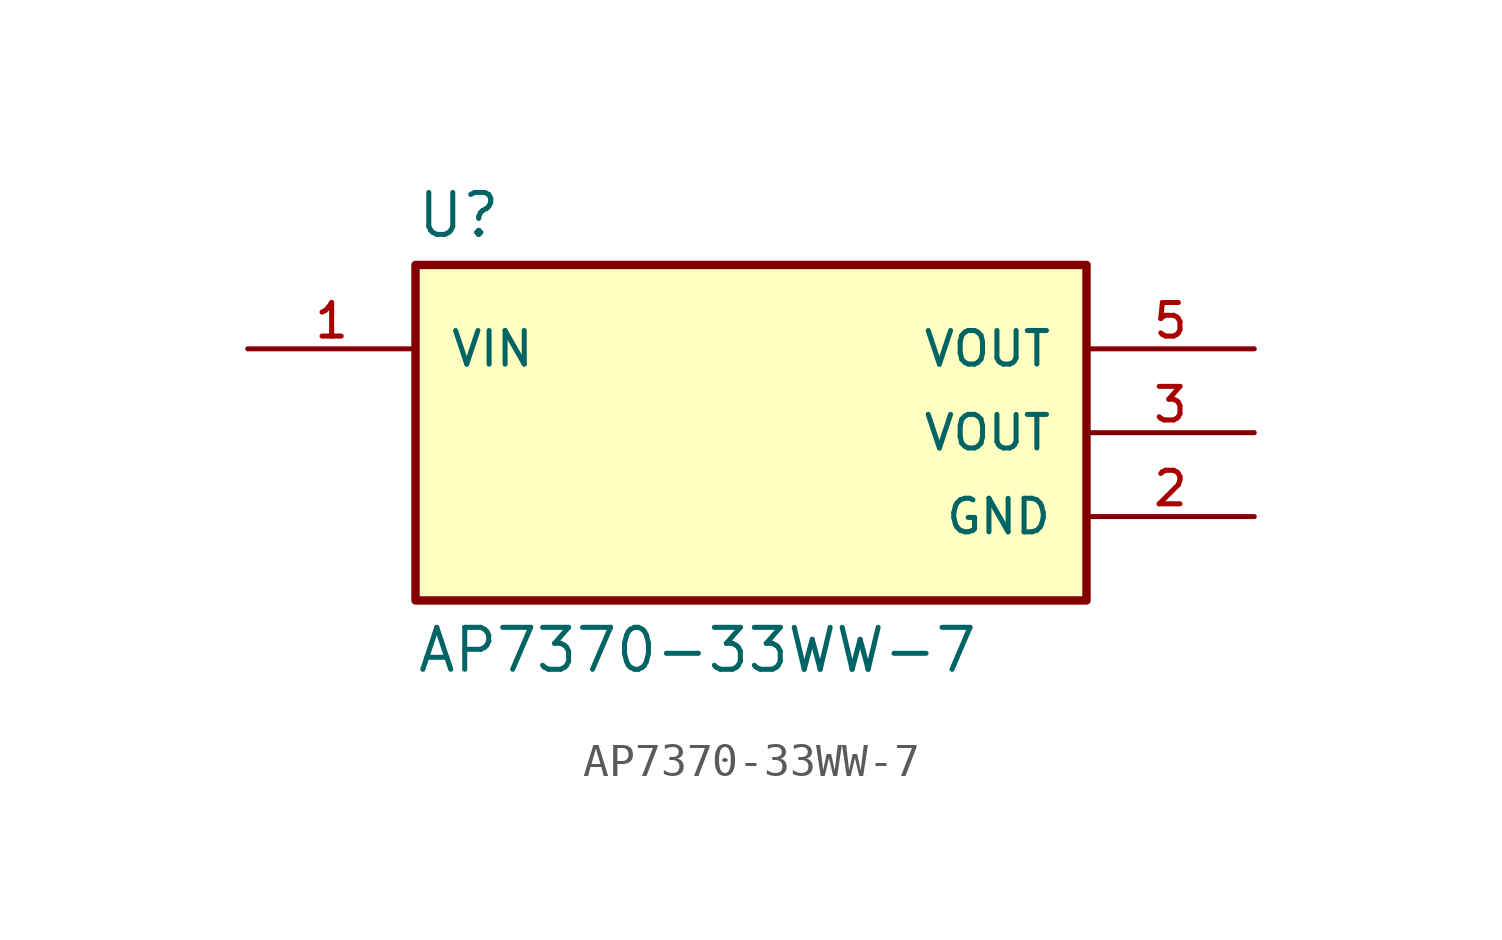
<source format=kicad_sym>
(kicad_symbol_lib
  (version 20231120)
  (generator "kicad_symbol_editor")
  (generator_version "8.0")
  (symbol "AP7370-33WW-7"
    (pin_names
      (offset 1.016))
    (property "Reference" "U"
      (at -10.16 5.842 0)
      (effects (font (size 1.27 1.27)) (justify left bottom)))
    (property "Value" "AP7370-33WW-7"
      (at -10.16 -5.842 0)
      (effects (font (size 1.27 1.27)) (justify left top)))
    (symbol "AP7370-33WW-7_0_0"
      (rectangle (start -10.16 -5.08) (end 10.16 5.08) (stroke (width 0.254) (type default)) (fill (type background)))
      (pin input line (at -15.24 2.54 0) (length 5.08) (name "VIN" (effects (font (size 1.016 1.016)))) (number "1" (effects (font (size 1.016 1.016)))))
      (pin power_in line (at 15.24 -2.54 180) (length 5.08) (name "GND" (effects (font (size 1.016 1.016)))) (number "2" (effects (font (size 1.016 1.016)))))
      (pin output line (at 15.24 2.54 180) (length 5.08) (name "VOUT" (effects (font (size 1.016 1.016)))) (number "5" (effects (font (size 1.016 1.016))))))
    (symbol "AP7370-33WW-7_1_0"
      (pin output line (at 15.24 0 180) (length 5.08) (name "VOUT" (effects (font (size 1.016 1.016)))) (number "3" (effects (font (size 1.016 1.016))))))))
</source>
